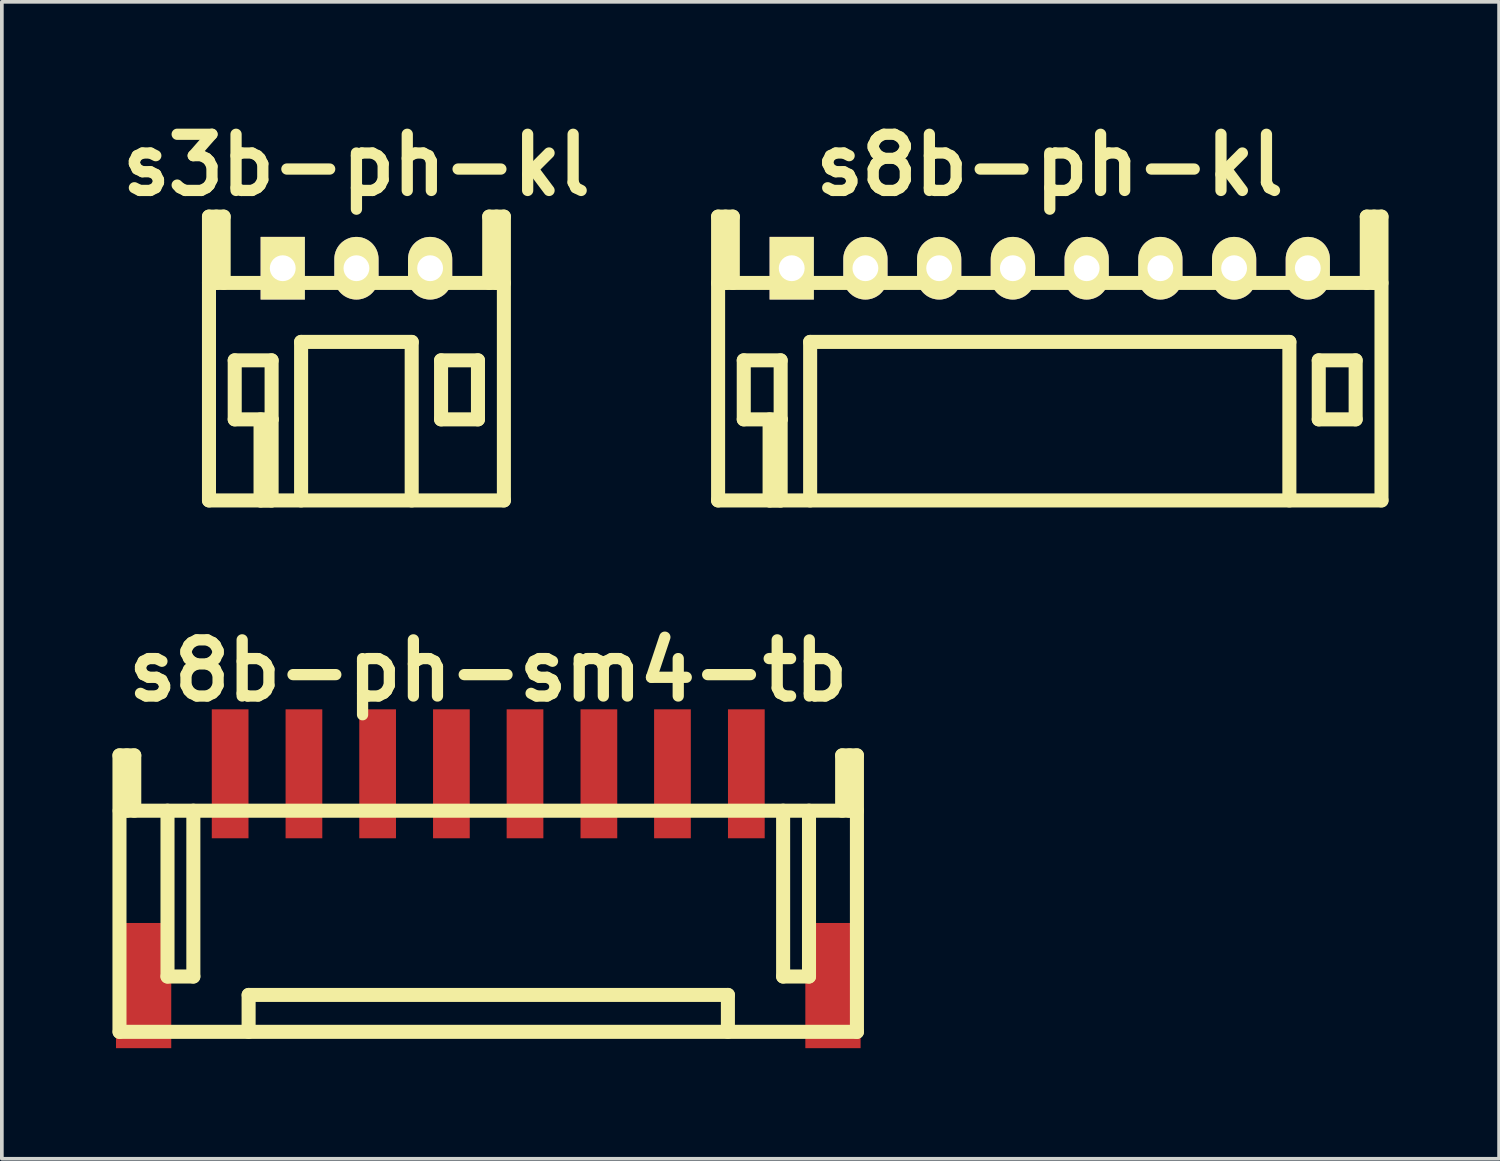
<source format=kicad_pcb>
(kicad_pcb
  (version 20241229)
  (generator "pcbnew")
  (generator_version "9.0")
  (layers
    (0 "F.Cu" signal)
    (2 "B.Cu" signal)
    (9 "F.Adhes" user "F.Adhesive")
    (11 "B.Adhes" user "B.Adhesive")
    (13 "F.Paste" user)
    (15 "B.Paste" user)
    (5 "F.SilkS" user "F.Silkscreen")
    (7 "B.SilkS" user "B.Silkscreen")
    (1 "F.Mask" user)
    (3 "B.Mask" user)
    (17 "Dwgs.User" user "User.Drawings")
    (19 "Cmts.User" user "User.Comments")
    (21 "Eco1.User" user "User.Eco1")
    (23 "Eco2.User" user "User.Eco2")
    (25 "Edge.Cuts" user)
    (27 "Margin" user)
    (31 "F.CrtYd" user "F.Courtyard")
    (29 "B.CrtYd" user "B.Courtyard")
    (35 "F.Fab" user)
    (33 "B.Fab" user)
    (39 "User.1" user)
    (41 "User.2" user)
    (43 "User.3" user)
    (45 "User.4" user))
  (footprint "s8b-ph-kl"
    (layer "F.Cu")
    (at 25.427 4.226)
    (property "Reference" "s8b-ph-kl" (at 0 -2.799 0) (layer "F.SilkS") (effects (font (size 1.524 1.524) (thickness 0.305))))
    (attr through_hole)
    (fp_line (start -8.999 0.399) (end 8.999 0.399) (stroke (width 0.381) (type solid)) (layer "F.SilkS"))
    (fp_line (start -8.997 -1.4) (end -8.997 6.299) (stroke (width 0.381) (type solid)) (layer "F.SilkS"))
    (fp_line (start -8.796 -1.4) (end -8.796 0.399) (stroke (width 0.381) (type solid)) (layer "F.SilkS"))
    (fp_line (start -8.598 -1.4) (end -8.997 -1.4) (stroke (width 0.381) (type solid)) (layer "F.SilkS"))
    (fp_line (start -8.598 0.399) (end -8.598 -1.4) (stroke (width 0.381) (type solid)) (layer "F.SilkS"))
    (fp_line (start -8.301 2.499) (end -7.3 2.499) (stroke (width 0.381) (type solid)) (layer "F.SilkS"))
    (fp_line (start -8.301 4.1) (end -8.301 2.499) (stroke (width 0.381) (type solid)) (layer "F.SilkS"))
    (fp_line (start -7.6 6.299) (end -7.6 4.1) (stroke (width 0.381) (type solid)) (layer "F.SilkS"))
    (fp_line (start -7.3 2.499) (end -7.3 4.1) (stroke (width 0.381) (type solid)) (layer "F.SilkS"))
    (fp_line (start -7.3 4.1) (end -8.301 4.1) (stroke (width 0.381) (type solid)) (layer "F.SilkS"))
    (fp_line (start -7.3 4.1) (end -7.3 6.299) (stroke (width 0.381) (type solid)) (layer "F.SilkS"))
    (fp_line (start -7.3 6.299) (end -7.6 6.299) (stroke (width 0.381) (type solid)) (layer "F.SilkS"))
    (fp_line (start -6.5 1.999) (end -6.5 6.299) (stroke (width 0.381) (type solid)) (layer "F.SilkS"))
    (fp_line (start -6.5 1.999) (end 6.5 1.999) (stroke (width 0.381) (type solid)) (layer "F.SilkS"))
    (fp_line (start 6.5 1.999) (end 6.5 6.299) (stroke (width 0.381) (type solid)) (layer "F.SilkS"))
    (fp_line (start 7.297 2.499) (end 8.298 2.499) (stroke (width 0.381) (type solid)) (layer "F.SilkS"))
    (fp_line (start 7.297 4.1) (end 7.297 2.499) (stroke (width 0.381) (type solid)) (layer "F.SilkS"))
    (fp_line (start 8.298 2.499) (end 8.298 4.1) (stroke (width 0.381) (type solid)) (layer "F.SilkS"))
    (fp_line (start 8.298 4.1) (end 7.297 4.1) (stroke (width 0.381) (type solid)) (layer "F.SilkS"))
    (fp_line (start 8.6 -1.4) (end 8.6 0.399) (stroke (width 0.381) (type solid)) (layer "F.SilkS"))
    (fp_line (start 8.799 -1.4) (end 8.799 0.399) (stroke (width 0.381) (type solid)) (layer "F.SilkS"))
    (fp_line (start 8.999 -1.4) (end 8.6 -1.4) (stroke (width 0.381) (type solid)) (layer "F.SilkS"))
    (fp_line (start 8.999 6.299) (end -8.999 6.299) (stroke (width 0.381) (type solid)) (layer "F.SilkS"))
    (fp_line (start 8.999 6.299) (end 8.999 -1.4) (stroke (width 0.381) (type solid)) (layer "F.SilkS"))
    (pad "1" thru_hole rect (at -7 0) (size 1.199 1.699) (drill 0.701) (layers "*.Cu" "*.Mask" "F.SilkS"))
    (pad "2" thru_hole oval (at -5.001 0) (size 1.199 1.699) (drill 0.701) (layers "*.Cu" "*.Mask" "F.SilkS"))
    (pad "3" thru_hole oval (at -3 0) (size 1.199 1.699) (drill 0.701) (layers "*.Cu" "*.Mask" "F.SilkS"))
    (pad "4" thru_hole oval (at -1.001 0) (size 1.199 1.699) (drill 0.701) (layers "*.Cu" "*.Mask" "F.SilkS"))
    (pad "5" thru_hole oval (at 1.001 0) (size 1.199 1.699) (drill 0.701) (layers "*.Cu" "*.Mask" "F.SilkS"))
    (pad "6" thru_hole oval (at 3 0) (size 1.199 1.699) (drill 0.701) (layers "*.Cu" "*.Mask" "F.SilkS"))
    (pad "7" thru_hole oval (at 5.001 0) (size 1.199 1.699) (drill 0.701) (layers "*.Cu" "*.Mask" "F.SilkS"))
    (pad "8" thru_hole oval (at 7 0) (size 1.199 1.699) (drill 0.701) (layers "*.Cu" "*.Mask" "F.SilkS")))
  (footprint "s8b-ph-sm4-tb"
    (layer "F.Cu")
    (at 10.196 17.941)
    (property "Reference" "s8b-ph-sm4-tb" (at 0 -2.799 0) (layer "F.SilkS") (effects (font (size 1.524 1.524) (thickness 0.305))))
    (attr through_hole)
    (fp_line (start -10.005 7) (end -10.005 -0.5) (stroke (width 0.381) (type solid)) (layer "F.SilkS"))
    (fp_line (start -10 7) (end 10 7) (stroke (width 0.381) (type solid)) (layer "F.SilkS"))
    (fp_line (start -9.804 -0.5) (end -9.804 1.001) (stroke (width 0.381) (type solid)) (layer "F.SilkS"))
    (fp_line (start -9.604 -0.5) (end -10.005 -0.5) (stroke (width 0.381) (type solid)) (layer "F.SilkS"))
    (fp_line (start -9.604 1.001) (end -9.604 -0.5) (stroke (width 0.381) (type solid)) (layer "F.SilkS"))
    (fp_line (start -8.702 5.499) (end -8.702 1.001) (stroke (width 0.381) (type solid)) (layer "F.SilkS"))
    (fp_line (start -8.001 1.001) (end -8.001 5.499) (stroke (width 0.381) (type solid)) (layer "F.SilkS"))
    (fp_line (start -8.001 5.499) (end -8.702 5.499) (stroke (width 0.381) (type solid)) (layer "F.SilkS"))
    (fp_line (start -6.502 7) (end -6.502 5.999) (stroke (width 0.381) (type solid)) (layer "F.SilkS"))
    (fp_line (start 6.5 5.999) (end -6.5 5.999) (stroke (width 0.381) (type solid)) (layer "F.SilkS"))
    (fp_line (start 6.5 5.999) (end 6.5 6.998) (stroke (width 0.381) (type solid)) (layer "F.SilkS"))
    (fp_line (start 7.998 1.001) (end 7.998 5.499) (stroke (width 0.381) (type solid)) (layer "F.SilkS"))
    (fp_line (start 7.998 5.499) (end 8.7 5.499) (stroke (width 0.381) (type solid)) (layer "F.SilkS"))
    (fp_line (start 8.7 5.499) (end 8.7 1.001) (stroke (width 0.381) (type solid)) (layer "F.SilkS"))
    (fp_line (start 9.599 -0.5) (end 9.599 1.001) (stroke (width 0.381) (type solid)) (layer "F.SilkS"))
    (fp_line (start 9.799 1.001) (end 9.799 -0.5) (stroke (width 0.381) (type solid)) (layer "F.SilkS"))
    (fp_line (start 10 -0.5) (end 9.599 -0.5) (stroke (width 0.381) (type solid)) (layer "F.SilkS"))
    (fp_line (start 10 -0.5) (end 10 7) (stroke (width 0.381) (type solid)) (layer "F.SilkS"))
    (fp_line (start 10 1.001) (end -10 1.001) (stroke (width 0.381) (type solid)) (layer "F.SilkS"))
    (pad "" smd rect (at -9.35 5.745) (size 1.499 3.396) (layers "F.Cu" "F.Mask" "F.Paste"))
    (pad "" smd rect (at 9.35 5.745) (size 1.499 3.396) (layers "F.Cu" "F.Mask" "F.Paste"))
    (pad "1" smd rect (at -7.003 0) (size 0.996 3.498) (layers "F.Cu" "F.Mask" "F.Paste"))
    (pad "2" smd rect (at -5.001 0) (size 0.996 3.498) (layers "F.Cu" "F.Mask" "F.Paste"))
    (pad "3" smd rect (at -3.002 0) (size 0.996 3.498) (layers "F.Cu" "F.Mask" "F.Paste"))
    (pad "4" smd rect (at -1.001 0) (size 0.996 3.498) (layers "F.Cu" "F.Mask" "F.Paste"))
    (pad "5" smd rect (at 0.996 0) (size 0.996 3.498) (layers "F.Cu" "F.Mask" "F.Paste"))
    (pad "6" smd rect (at 3 0) (size 0.996 3.498) (layers "F.Cu" "F.Mask" "F.Paste"))
    (pad "7" smd rect (at 4.996 0) (size 0.996 3.498) (layers "F.Cu" "F.Mask" "F.Paste"))
    (pad "8" smd rect (at 7 0) (size 0.996 3.498) (layers "F.Cu" "F.Mask" "F.Paste")))
  (footprint "s3b-ph-kl"
    (layer "F.Cu")
    (at 6.619 4.226)
    (property "Reference" "s3b-ph-kl" (at 0 -2.799 0) (layer "F.SilkS") (effects (font (size 1.524 1.524) (thickness 0.305))))
    (attr through_hole)
    (fp_line (start -4 -1.4) (end -4 6.299) (stroke (width 0.381) (type solid)) (layer "F.SilkS"))
    (fp_line (start -4 0.399) (end 4 0.399) (stroke (width 0.381) (type solid)) (layer "F.SilkS"))
    (fp_line (start -4 6.299) (end 4 6.299) (stroke (width 0.381) (type solid)) (layer "F.SilkS"))
    (fp_line (start -3.8 -1.4) (end -3.8 0.399) (stroke (width 0.381) (type solid)) (layer "F.SilkS"))
    (fp_line (start -3.602 -1.4) (end -4 -1.4) (stroke (width 0.381) (type solid)) (layer "F.SilkS"))
    (fp_line (start -3.602 0.399) (end -3.602 -1.4) (stroke (width 0.381) (type solid)) (layer "F.SilkS"))
    (fp_line (start -3.302 2.499) (end -2.301 2.499) (stroke (width 0.381) (type solid)) (layer "F.SilkS"))
    (fp_line (start -3.302 4.1) (end -3.302 2.499) (stroke (width 0.381) (type solid)) (layer "F.SilkS"))
    (fp_line (start -2.601 6.299) (end -2.601 4.1) (stroke (width 0.381) (type solid)) (layer "F.SilkS"))
    (fp_line (start -2.301 2.499) (end -2.301 4.1) (stroke (width 0.381) (type solid)) (layer "F.SilkS"))
    (fp_line (start -2.301 4.1) (end -3.302 4.1) (stroke (width 0.381) (type solid)) (layer "F.SilkS"))
    (fp_line (start -2.301 4.1) (end -2.301 6.299) (stroke (width 0.381) (type solid)) (layer "F.SilkS"))
    (fp_line (start -2.301 6.299) (end -2.601 6.299) (stroke (width 0.381) (type solid)) (layer "F.SilkS"))
    (fp_line (start -1.501 1.999) (end -1.501 6.299) (stroke (width 0.381) (type solid)) (layer "F.SilkS"))
    (fp_line (start -1.501 1.999) (end 1.501 1.999) (stroke (width 0.381) (type solid)) (layer "F.SilkS"))
    (fp_line (start 1.499 1.999) (end 1.499 6.299) (stroke (width 0.381) (type solid)) (layer "F.SilkS"))
    (fp_line (start 2.296 2.499) (end 3.297 2.499) (stroke (width 0.381) (type solid)) (layer "F.SilkS"))
    (fp_line (start 2.296 4.1) (end 2.296 2.499) (stroke (width 0.381) (type solid)) (layer "F.SilkS"))
    (fp_line (start 3.297 2.499) (end 3.297 4.1) (stroke (width 0.381) (type solid)) (layer "F.SilkS"))
    (fp_line (start 3.297 4.1) (end 2.296 4.1) (stroke (width 0.381) (type solid)) (layer "F.SilkS"))
    (fp_line (start 3.602 -1.4) (end 3.602 0.399) (stroke (width 0.381) (type solid)) (layer "F.SilkS"))
    (fp_line (start 3.8 -1.4) (end 3.8 0.399) (stroke (width 0.381) (type solid)) (layer "F.SilkS"))
    (fp_line (start 4 -1.4) (end 3.602 -1.4) (stroke (width 0.381) (type solid)) (layer "F.SilkS"))
    (fp_line (start 4 6.299) (end 4 -1.4) (stroke (width 0.381) (type solid)) (layer "F.SilkS"))
    (pad "1" thru_hole rect (at -1.999 0) (size 1.199 1.699) (drill 0.701) (layers "*.Cu" "*.Mask" "F.SilkS"))
    (pad "2" thru_hole oval (at 0 0) (size 1.199 1.699) (drill 0.701) (layers "*.Cu" "*.Mask" "F.SilkS"))
    (pad "3" thru_hole oval (at 1.999 0) (size 1.199 1.699) (drill 0.701) (layers "*.Cu" "*.Mask" "F.SilkS")))
  (gr_rect
    (start -3 -3)
    (end 37.616 28.384)
    (stroke (width 0.1) (type default))
    (fill no)
    (layer "Edge.Cuts")))
</source>
